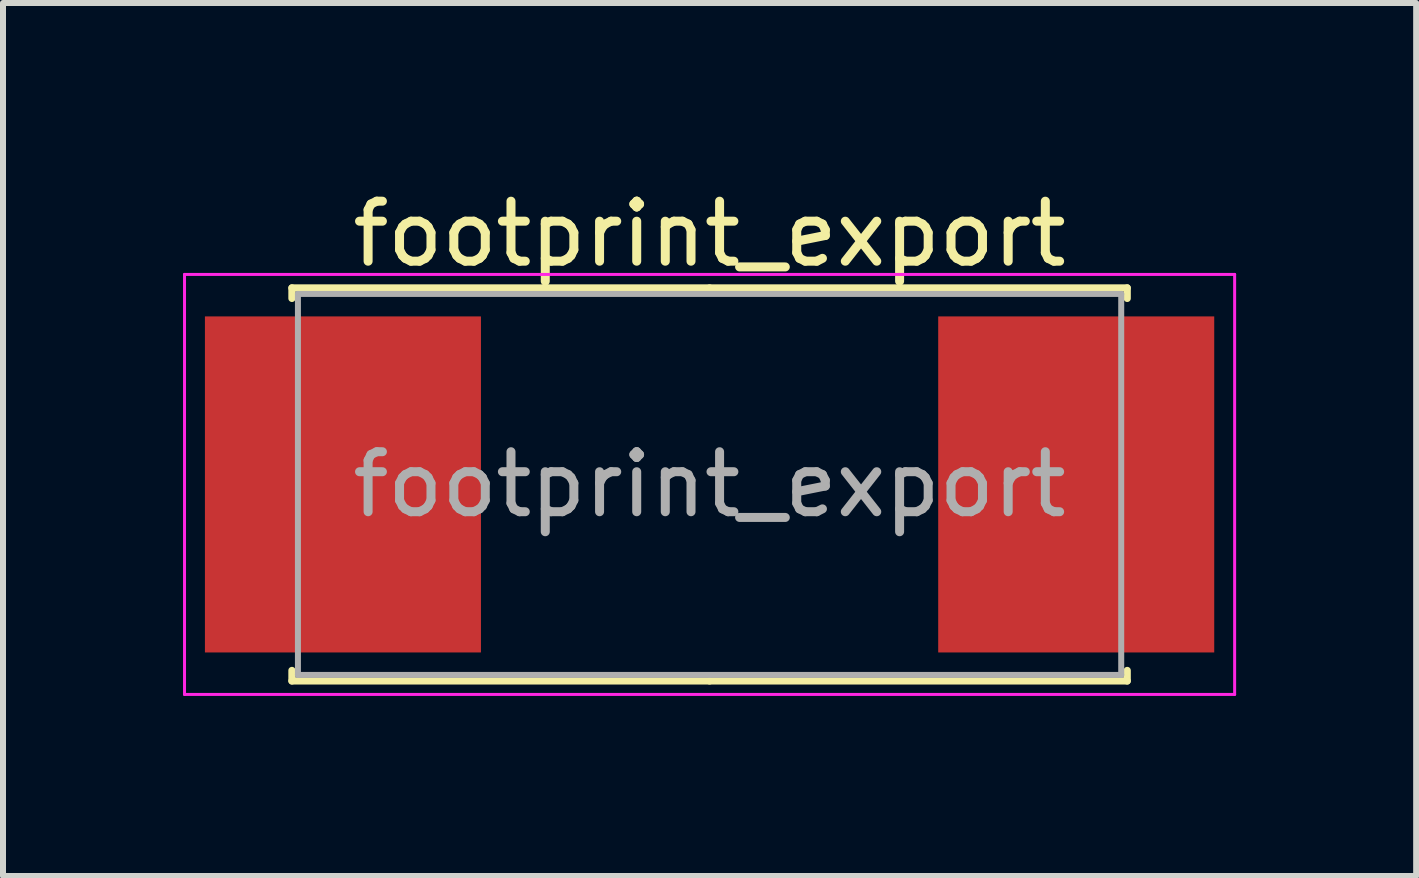
<source format=kicad_pcb>
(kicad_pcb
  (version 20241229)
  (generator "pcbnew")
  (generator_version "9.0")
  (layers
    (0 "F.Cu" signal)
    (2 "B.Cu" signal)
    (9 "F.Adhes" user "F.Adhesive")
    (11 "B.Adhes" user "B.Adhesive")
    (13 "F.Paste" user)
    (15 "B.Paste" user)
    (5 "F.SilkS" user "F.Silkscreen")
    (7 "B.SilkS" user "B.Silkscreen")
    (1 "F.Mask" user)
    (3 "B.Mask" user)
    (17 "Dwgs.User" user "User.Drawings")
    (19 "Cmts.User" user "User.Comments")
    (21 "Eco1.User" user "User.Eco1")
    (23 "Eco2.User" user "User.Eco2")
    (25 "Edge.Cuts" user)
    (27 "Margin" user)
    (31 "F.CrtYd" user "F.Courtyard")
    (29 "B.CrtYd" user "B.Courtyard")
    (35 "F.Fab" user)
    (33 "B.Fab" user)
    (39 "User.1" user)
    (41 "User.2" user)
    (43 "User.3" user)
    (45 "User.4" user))
  (footprint "footprint_export"
    (layer "F.Cu")
    (at 8.775 5.023)
    (property "Reference" "footprint_export" (at 0 -4.175 0) (layer "F.SilkS") (effects (font (size 1 1) (thickness 0.15))))
    (attr smd)
    (fp_line (start -6.96 -3.275) (end 0 -3.275) (stroke (width 0.12) (type solid)) (layer "F.SilkS"))
    (fp_line (start -6.96 -3.1) (end -6.96 -3.275) (stroke (width 0.12) (type solid)) (layer "F.SilkS"))
    (fp_line (start -6.96 3.1) (end -6.96 3.275) (stroke (width 0.12) (type solid)) (layer "F.SilkS"))
    (fp_line (start -6.96 3.275) (end 0 3.275) (stroke (width 0.12) (type solid)) (layer "F.SilkS"))
    (fp_line (start 6.96 -3.275) (end 0 -3.275) (stroke (width 0.12) (type solid)) (layer "F.SilkS"))
    (fp_line (start 6.96 -3.1) (end 6.96 -3.275) (stroke (width 0.12) (type solid)) (layer "F.SilkS"))
    (fp_line (start 6.96 3.1) (end 6.96 3.275) (stroke (width 0.12) (type solid)) (layer "F.SilkS"))
    (fp_line (start 6.96 3.275) (end 0 3.275) (stroke (width 0.12) (type solid)) (layer "F.SilkS"))
    (fp_line (start -8.75 -3.5) (end -8.75 3.5) (stroke (width 0.05) (type solid)) (layer "F.CrtYd"))
    (fp_line (start -8.75 3.5) (end 8.75 3.5) (stroke (width 0.05) (type solid)) (layer "F.CrtYd"))
    (fp_line (start 8.75 -3.5) (end -8.75 -3.5) (stroke (width 0.05) (type solid)) (layer "F.CrtYd"))
    (fp_line (start 8.75 3.5) (end 8.75 -3.5) (stroke (width 0.05) (type solid)) (layer "F.CrtYd"))
    (fp_line (start -6.86 -3.175) (end -6.86 3.175) (stroke (width 0.1) (type solid)) (layer "F.Fab"))
    (fp_line (start -6.86 3.175) (end 6.86 3.175) (stroke (width 0.1) (type solid)) (layer "F.Fab"))
    (fp_line (start 6.86 -3.175) (end -6.86 -3.175) (stroke (width 0.1) (type solid)) (layer "F.Fab"))
    (fp_line (start 6.86 3.175) (end 6.86 -3.175) (stroke (width 0.1) (type solid)) (layer "F.Fab"))
    (fp_text user "${REFERENCE}" (at 0 0 0) (layer "F.Fab") (effects (font (size 1 1) (thickness 0.15))))
    (pad "1" smd rect (at -6.11 0) (size 4.6 5.6) (layers "F.Cu" "F.Mask" "F.Paste"))
    (pad "2" smd rect (at 6.11 0) (size 4.6 5.6) (layers "F.Cu" "F.Mask" "F.Paste")))
  (gr_rect
    (start -3 -3)
    (end 20.55 11.548)
    (stroke (width 0.1) (type default))
    (fill no)
    (layer "Edge.Cuts")))
</source>
